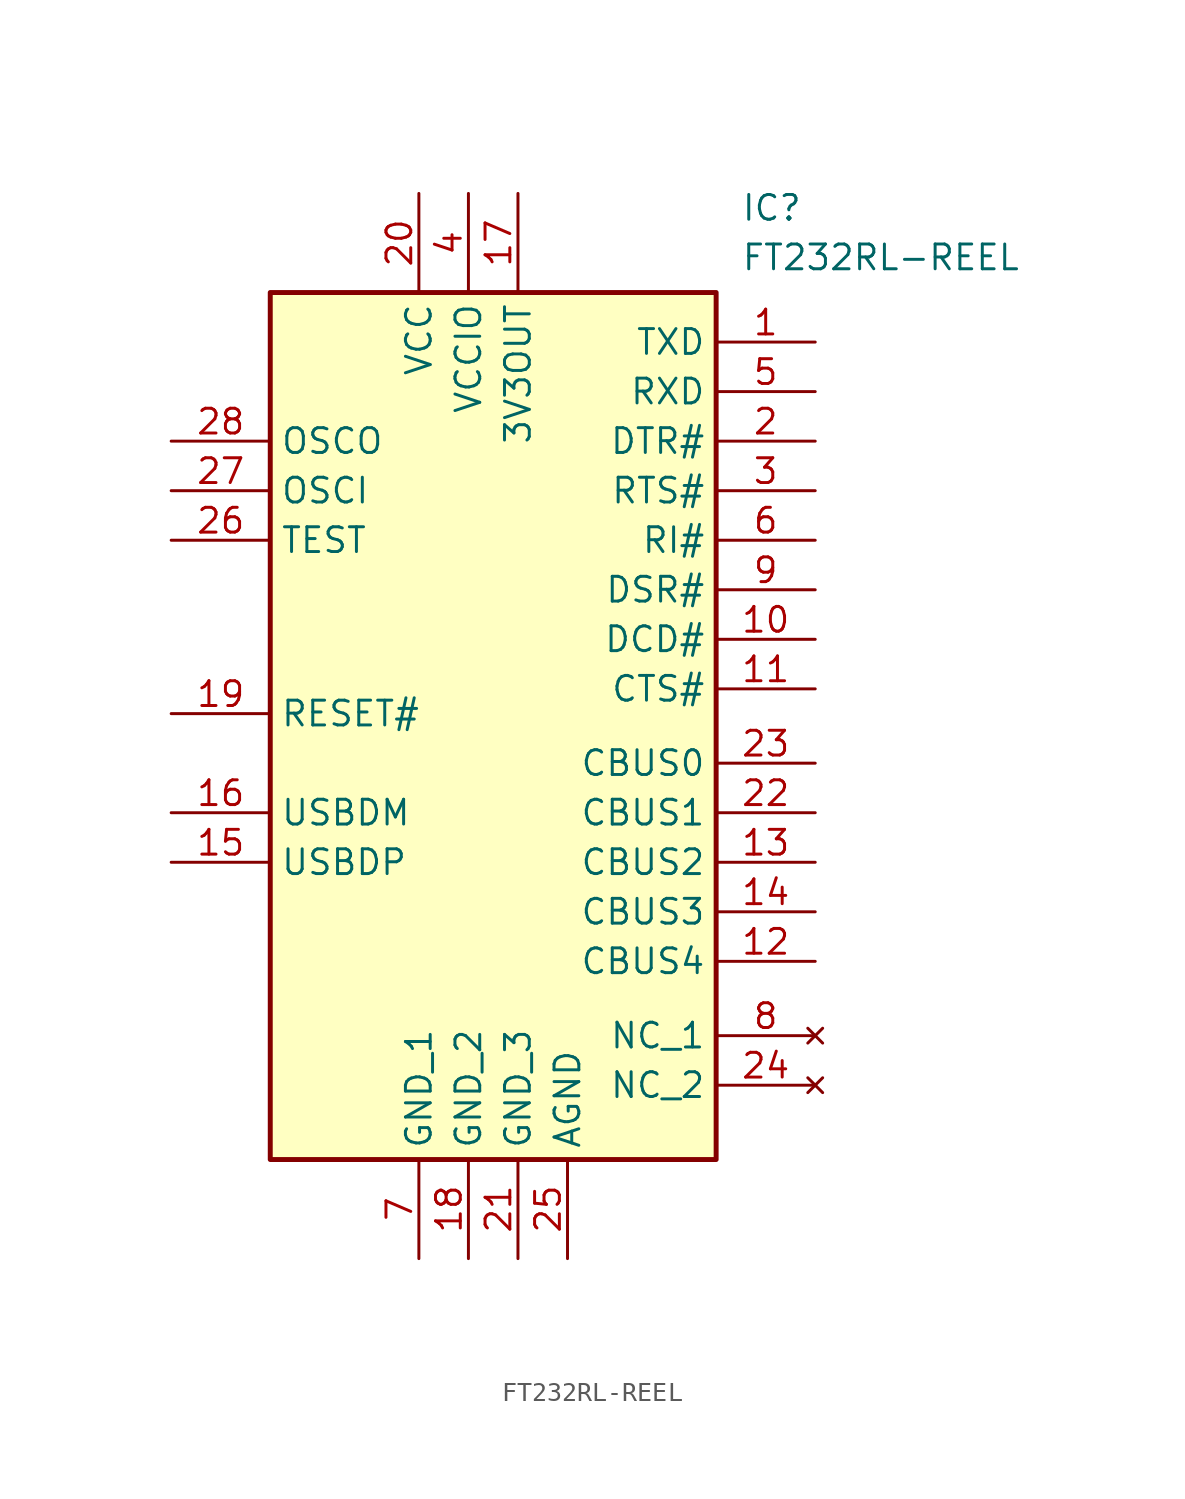
<source format=kicad_sym>
(kicad_symbol_lib
  (version 20241209)
  (generator "kicad_symbol_editor")
  (generator_version "9.0")
  (symbol "FT232RL-REEL"
    (property "Reference" "IC"
      (at 24.13 5.08 0)
      (effects (font (size 1.27 1.27)) (justify left top)))
    (property "Value" "FT232RL-REEL"
      (at 24.13 2.54 0)
      (effects (font (size 1.27 1.27)) (justify left top)))
    (symbol "FT232RL-REEL_1_1"
      (rectangle (start 0 0) (end 22.86 -44.45) (stroke (width 0.254) (type default)) (fill (type background)))
      (pin passive line (at -5.08 -7.62 0) (length 5.08) (name "OSCO" (effects (font (size 1.27 1.27)))) (number "28" (effects (font (size 1.27 1.27)))))
      (pin passive line (at -5.08 -10.16 0) (length 5.08) (name "OSCI" (effects (font (size 1.27 1.27)))) (number "27" (effects (font (size 1.27 1.27)))))
      (pin passive line (at -5.08 -12.7 0) (length 5.08) (name "TEST" (effects (font (size 1.27 1.27)))) (number "26" (effects (font (size 1.27 1.27)))))
      (pin passive line (at -5.08 -21.59 0) (length 5.08) (name "RESET#" (effects (font (size 1.27 1.27)))) (number "19" (effects (font (size 1.27 1.27)))))
      (pin passive line (at -5.08 -26.67 0) (length 5.08) (name "USBDM" (effects (font (size 1.27 1.27)))) (number "16" (effects (font (size 1.27 1.27)))))
      (pin passive line (at -5.08 -29.21 0) (length 5.08) (name "USBDP" (effects (font (size 1.27 1.27)))) (number "15" (effects (font (size 1.27 1.27)))))
      (pin passive line (at 7.62 5.08 270) (length 5.08) (name "VCC" (effects (font (size 1.27 1.27)))) (number "20" (effects (font (size 1.27 1.27)))))
      (pin passive line (at 7.62 -49.53 90) (length 5.08) (name "GND_1" (effects (font (size 1.27 1.27)))) (number "7" (effects (font (size 1.27 1.27)))))
      (pin passive line (at 10.16 5.08 270) (length 5.08) (name "VCCIO" (effects (font (size 1.27 1.27)))) (number "4" (effects (font (size 1.27 1.27)))))
      (pin passive line (at 10.16 -49.53 90) (length 5.08) (name "GND_2" (effects (font (size 1.27 1.27)))) (number "18" (effects (font (size 1.27 1.27)))))
      (pin passive line (at 12.7 5.08 270) (length 5.08) (name "3V3OUT" (effects (font (size 1.27 1.27)))) (number "17" (effects (font (size 1.27 1.27)))))
      (pin passive line (at 12.7 -49.53 90) (length 5.08) (name "GND_3" (effects (font (size 1.27 1.27)))) (number "21" (effects (font (size 1.27 1.27)))))
      (pin passive line (at 15.24 -49.53 90) (length 5.08) (name "AGND" (effects (font (size 1.27 1.27)))) (number "25" (effects (font (size 1.27 1.27)))))
      (pin passive line (at 27.94 -2.54 180) (length 5.08) (name "TXD" (effects (font (size 1.27 1.27)))) (number "1" (effects (font (size 1.27 1.27)))))
      (pin passive line (at 27.94 -5.08 180) (length 5.08) (name "RXD" (effects (font (size 1.27 1.27)))) (number "5" (effects (font (size 1.27 1.27)))))
      (pin passive line (at 27.94 -7.62 180) (length 5.08) (name "DTR#" (effects (font (size 1.27 1.27)))) (number "2" (effects (font (size 1.27 1.27)))))
      (pin passive line (at 27.94 -10.16 180) (length 5.08) (name "RTS#" (effects (font (size 1.27 1.27)))) (number "3" (effects (font (size 1.27 1.27)))))
      (pin passive line (at 27.94 -12.7 180) (length 5.08) (name "RI#" (effects (font (size 1.27 1.27)))) (number "6" (effects (font (size 1.27 1.27)))))
      (pin passive line (at 27.94 -15.24 180) (length 5.08) (name "DSR#" (effects (font (size 1.27 1.27)))) (number "9" (effects (font (size 1.27 1.27)))))
      (pin passive line (at 27.94 -17.78 180) (length 5.08) (name "DCD#" (effects (font (size 1.27 1.27)))) (number "10" (effects (font (size 1.27 1.27)))))
      (pin passive line (at 27.94 -20.32 180) (length 5.08) (name "CTS#" (effects (font (size 1.27 1.27)))) (number "11" (effects (font (size 1.27 1.27)))))
      (pin passive line (at 27.94 -24.13 180) (length 5.08) (name "CBUS0" (effects (font (size 1.27 1.27)))) (number "23" (effects (font (size 1.27 1.27)))))
      (pin passive line (at 27.94 -26.67 180) (length 5.08) (name "CBUS1" (effects (font (size 1.27 1.27)))) (number "22" (effects (font (size 1.27 1.27)))))
      (pin passive line (at 27.94 -29.21 180) (length 5.08) (name "CBUS2" (effects (font (size 1.27 1.27)))) (number "13" (effects (font (size 1.27 1.27)))))
      (pin passive line (at 27.94 -31.75 180) (length 5.08) (name "CBUS3" (effects (font (size 1.27 1.27)))) (number "14" (effects (font (size 1.27 1.27)))))
      (pin passive line (at 27.94 -34.29 180) (length 5.08) (name "CBUS4" (effects (font (size 1.27 1.27)))) (number "12" (effects (font (size 1.27 1.27)))))
      (pin no_connect line (at 27.94 -38.1 180) (length 5.08) (name "NC_1" (effects (font (size 1.27 1.27)))) (number "8" (effects (font (size 1.27 1.27)))))
      (pin no_connect line (at 27.94 -40.64 180) (length 5.08) (name "NC_2" (effects (font (size 1.27 1.27)))) (number "24" (effects (font (size 1.27 1.27))))))))
</source>
